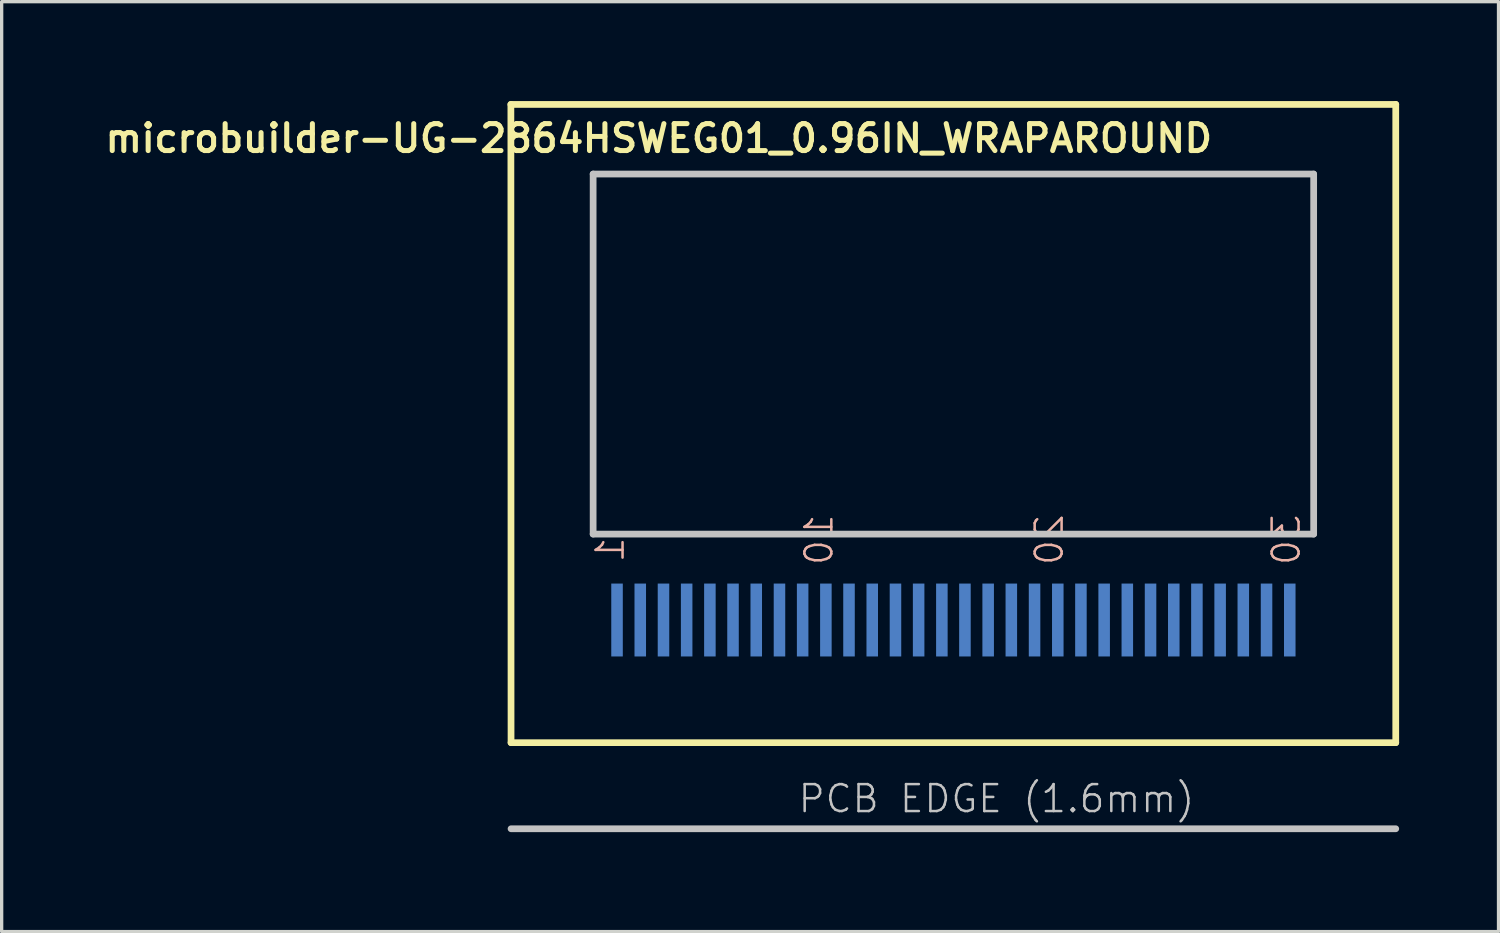
<source format=kicad_pcb>
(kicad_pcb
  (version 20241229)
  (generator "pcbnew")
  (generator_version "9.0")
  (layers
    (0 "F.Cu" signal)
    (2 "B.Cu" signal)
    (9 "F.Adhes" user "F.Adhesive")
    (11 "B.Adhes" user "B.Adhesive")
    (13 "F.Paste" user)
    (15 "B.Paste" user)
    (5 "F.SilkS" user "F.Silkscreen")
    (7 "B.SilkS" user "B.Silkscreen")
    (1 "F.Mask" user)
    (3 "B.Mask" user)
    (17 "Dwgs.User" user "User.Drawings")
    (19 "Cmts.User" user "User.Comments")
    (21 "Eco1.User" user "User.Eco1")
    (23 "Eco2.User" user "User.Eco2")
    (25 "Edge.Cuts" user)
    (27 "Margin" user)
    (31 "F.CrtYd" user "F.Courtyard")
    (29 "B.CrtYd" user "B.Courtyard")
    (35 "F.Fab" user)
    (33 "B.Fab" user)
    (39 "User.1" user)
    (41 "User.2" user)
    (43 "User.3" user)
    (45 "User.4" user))
  (footprint "microbuilder-UG-2864HSWEG01_0.96IN_WRAPAROUND"
    (layer "F.Cu")
    (at 25.719 14.46)
    (property "Reference" "microbuilder-UG-2864HSWEG01_0.96IN_WRAPAROUND" (at -8.89 -13.335 0) (layer "F.SilkS") (effects (font (size 0.813 0.813) (thickness 0.152))))
    (attr smd)
    (fp_line (start -13.353 -14.359) (end 13.348 -14.359) (stroke (width 0.203) (type solid)) (layer "F.SilkS"))
    (fp_line (start -13.348 4.9) (end -13.353 -14.359) (stroke (width 0.203) (type solid)) (layer "F.SilkS"))
    (fp_line (start 13.348 -14.359) (end 13.348 4.9) (stroke (width 0.203) (type solid)) (layer "F.SilkS"))
    (fp_line (start 13.348 4.9) (end -13.348 4.9) (stroke (width 0.203) (type solid)) (layer "F.SilkS"))
    (fp_line (start -10.871 -12.258) (end 10.871 -12.258) (stroke (width 0.203) (type solid)) (layer "Dwgs.User"))
    (fp_line (start -10.871 -1.394) (end -10.871 -12.258) (stroke (width 0.203) (type solid)) (layer "Dwgs.User"))
    (fp_line (start 10.871 -12.258) (end 10.871 -1.394) (stroke (width 0.203) (type solid)) (layer "Dwgs.User"))
    (fp_line (start 10.871 -1.394) (end -10.871 -1.394) (stroke (width 0.203) (type solid)) (layer "Dwgs.User"))
    (fp_line (start 13.348 7.498) (end -13.348 7.498) (stroke (width 0.203) (type solid)) (layer "Dwgs.User"))
    (fp_text user "10" (at -4.056 -1.224 90) (layer "B.SilkS") (effects (font (size 0.813 0.813) (thickness 0.076)) (justify mirror)))
    (fp_text user "20" (at 2.893 -1.224 90) (layer "B.SilkS") (effects (font (size 0.813 0.813) (thickness 0.076)) (justify mirror)))
    (fp_text user "1" (at -10.356 -0.917 90) (layer "B.SilkS") (effects (font (size 0.813 0.813) (thickness 0.076)) (justify mirror)))
    (fp_text user "30" (at 10.043 -1.224 90) (layer "B.SilkS") (effects (font (size 0.813 0.813) (thickness 0.076)) (justify mirror)))
    (fp_text user "PCB EDGE (1.6mm)" (at 1.3 6.591 0) (layer "Dwgs.User") (effects (font (size 0.813 0.813) (thickness 0.076))))
    (pad "1" smd rect (at -10.15 1.199 90) (size 2.2 0.348) (layers "B.Cu" "B.Mask"))
    (pad "2" smd rect (at -9.449 1.199 90) (size 2.2 0.348) (layers "B.Cu" "B.Mask"))
    (pad "3" smd rect (at -8.748 1.199 90) (size 2.2 0.348) (layers "B.Cu" "B.Mask"))
    (pad "4" smd rect (at -8.049 1.199 90) (size 2.2 0.348) (layers "B.Cu" "B.Mask"))
    (pad "5" smd rect (at -7.348 1.199 90) (size 2.2 0.348) (layers "B.Cu" "B.Mask"))
    (pad "6" smd rect (at -6.65 1.199 90) (size 2.2 0.348) (layers "B.Cu" "B.Mask"))
    (pad "7" smd rect (at -5.949 1.199 90) (size 2.2 0.348) (layers "B.Cu" "B.Mask"))
    (pad "8" smd rect (at -5.248 1.199 90) (size 2.2 0.348) (layers "B.Cu" "B.Mask"))
    (pad "9" smd rect (at -4.549 1.199 90) (size 2.2 0.348) (layers "B.Cu" "B.Mask"))
    (pad "10" smd rect (at -3.848 1.199 90) (size 2.2 0.348) (layers "B.Cu" "B.Mask"))
    (pad "11" smd rect (at -3.15 1.199 90) (size 2.2 0.348) (layers "B.Cu" "B.Mask"))
    (pad "12" smd rect (at -2.449 1.199 90) (size 2.2 0.348) (layers "B.Cu" "B.Mask"))
    (pad "13" smd rect (at -1.748 1.199 90) (size 2.2 0.348) (layers "B.Cu" "B.Mask"))
    (pad "14" smd rect (at -1.049 1.199 90) (size 2.2 0.348) (layers "B.Cu" "B.Mask"))
    (pad "15" smd rect (at -0.348 1.199 90) (size 2.2 0.348) (layers "B.Cu" "B.Mask"))
    (pad "16" smd rect (at 0.348 1.199 90) (size 2.2 0.348) (layers "B.Cu" "B.Mask"))
    (pad "17" smd rect (at 1.049 1.199 90) (size 2.2 0.348) (layers "B.Cu" "B.Mask"))
    (pad "18" smd rect (at 1.748 1.199 90) (size 2.2 0.348) (layers "B.Cu" "B.Mask"))
    (pad "19" smd rect (at 2.449 1.199 90) (size 2.2 0.348) (layers "B.Cu" "B.Mask"))
    (pad "20" smd rect (at 3.15 1.199 90) (size 2.2 0.348) (layers "B.Cu" "B.Mask"))
    (pad "21" smd rect (at 3.848 1.199 90) (size 2.2 0.348) (layers "B.Cu" "B.Mask"))
    (pad "22" smd rect (at 4.549 1.199 90) (size 2.2 0.348) (layers "B.Cu" "B.Mask"))
    (pad "23" smd rect (at 5.248 1.199 90) (size 2.2 0.348) (layers "B.Cu" "B.Mask"))
    (pad "24" smd rect (at 5.949 1.199 90) (size 2.2 0.348) (layers "B.Cu" "B.Mask"))
    (pad "25" smd rect (at 6.65 1.199 90) (size 2.2 0.348) (layers "B.Cu" "B.Mask"))
    (pad "26" smd rect (at 7.348 1.199 90) (size 2.2 0.348) (layers "B.Cu" "B.Mask"))
    (pad "27" smd rect (at 8.049 1.199 90) (size 2.2 0.348) (layers "B.Cu" "B.Mask"))
    (pad "28" smd rect (at 8.748 1.199 90) (size 2.2 0.348) (layers "B.Cu" "B.Mask"))
    (pad "29" smd rect (at 9.449 1.199 90) (size 2.2 0.348) (layers "B.Cu" "B.Mask"))
    (pad "30" smd rect (at 10.15 1.199 90) (size 2.2 0.348) (layers "B.Cu" "B.Mask")))
  (gr_rect
    (start -3 -3)
    (end 42.168 25.06)
    (stroke (width 0.1) (type default))
    (fill no)
    (layer "Edge.Cuts")))
</source>
